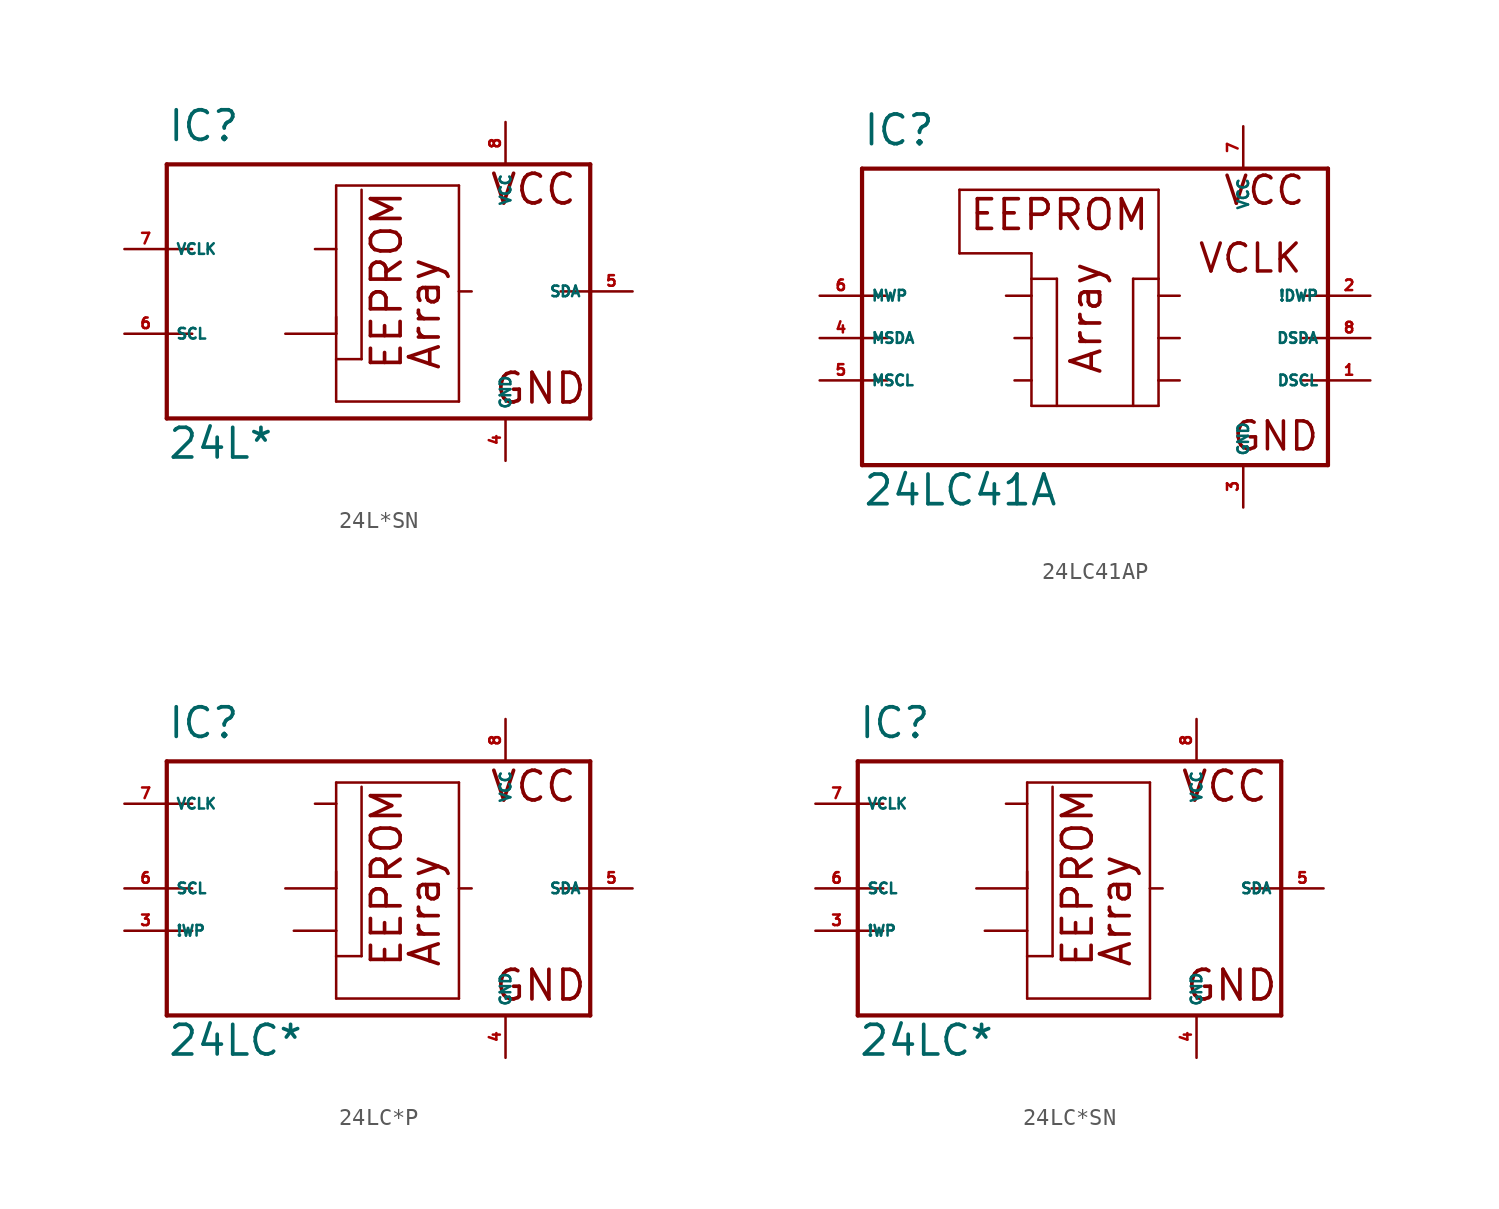
<source format=kicad_sym>
(kicad_symbol_lib
  (version 20220914)
  (generator Eagle2Kicad)
  (symbol "24L*SN"
    (property "Reference" "IC"
      (at -12.7 8.89 0)
      (effects (font (size 1.778 1.778) (thickness 0.22)) (justify left bottom)))
    (property "Value" "24L*"
      (at -12.7 -10.16 0)
      (effects (font (size 1.778 1.778) (thickness 0.22)) (justify left bottom)))
    (polyline
      (pts (xy -12.7 7.62) (xy 12.7 7.62))
      (stroke (width 0.254) (type default))
      (fill (type none)))
    (polyline
      (pts (xy 12.7 7.62) (xy 12.7 0))
      (stroke (width 0.254) (type default))
      (fill (type none)))
    (polyline
      (pts (xy 12.7 0) (xy 12.7 -7.62))
      (stroke (width 0.254) (type default))
      (fill (type none)))
    (polyline
      (pts (xy 12.7 -7.62) (xy -12.7 -7.62))
      (stroke (width 0.254) (type default))
      (fill (type none)))
    (polyline
      (pts (xy -12.7 -7.62) (xy -12.7 -2.54))
      (stroke (width 0.254) (type default))
      (fill (type none)))
    (polyline
      (pts (xy -12.7 -2.54) (xy -12.7 2.54))
      (stroke (width 0.254) (type default))
      (fill (type none)))
    (polyline
      (pts (xy -12.7 2.54) (xy -12.7 7.62))
      (stroke (width 0.254) (type default))
      (fill (type none)))
    (polyline
      (pts (xy -2.54 6.35) (xy 4.826 6.35))
      (stroke (width 0.152) (type default))
      (fill (type none)))
    (polyline
      (pts (xy 4.826 6.35) (xy 4.826 0))
      (stroke (width 0.152) (type default))
      (fill (type none)))
    (polyline
      (pts (xy 4.826 0) (xy 4.826 -6.604))
      (stroke (width 0.152) (type default))
      (fill (type none)))
    (polyline
      (pts (xy 4.826 -6.604) (xy -2.54 -6.604))
      (stroke (width 0.152) (type default))
      (fill (type none)))
    (polyline
      (pts (xy -2.54 -6.604) (xy -2.54 -4.064))
      (stroke (width 0.152) (type default))
      (fill (type none)))
    (polyline
      (pts (xy -2.54 -4.064) (xy -2.54 -2.54))
      (stroke (width 0.152) (type default))
      (fill (type none)))
    (polyline
      (pts (xy -2.54 -2.54) (xy -2.54 -1.524))
      (stroke (width 0.152) (type default))
      (fill (type none)))
    (polyline
      (pts (xy -2.54 -2.54) (xy -2.54 2.54))
      (stroke (width 0.152) (type default))
      (fill (type none)))
    (polyline
      (pts (xy -2.54 2.54) (xy -2.54 6.35))
      (stroke (width 0.152) (type default))
      (fill (type none)))
    (polyline
      (pts (xy -12.7 -2.54) (xy -11.176 -2.54))
      (stroke (width 0.152) (type default))
      (fill (type none)))
    (polyline
      (pts (xy 12.7 0) (xy 10.922 0))
      (stroke (width 0.152) (type default))
      (fill (type none)))
    (polyline
      (pts (xy 5.588 0) (xy 4.826 0))
      (stroke (width 0.152) (type default))
      (fill (type none)))
    (polyline
      (pts (xy -1.016 6.096) (xy -1.016 -4.064))
      (stroke (width 0.152) (type default))
      (fill (type none)))
    (polyline
      (pts (xy -2.54 -4.064) (xy -1.016 -4.064))
      (stroke (width 0.152) (type default))
      (fill (type none)))
    (polyline
      (pts (xy -5.588 -2.54) (xy -2.54 -2.54))
      (stroke (width 0.152) (type default))
      (fill (type none)))
    (polyline
      (pts (xy -3.81 2.54) (xy -2.54 2.54))
      (stroke (width 0.152) (type default))
      (fill (type none)))
    (polyline
      (pts (xy -12.7 2.54) (xy -11.176 2.54))
      (stroke (width 0.152) (type default))
      (fill (type none)))
    (text "Array"
      (at 3.81 -4.826 900)
      (effects (font (size 1.778 1.778) (thickness 0.22)) (justify left bottom)))
    (text "VCC"
      (at 6.604 5.08 0)
      (effects (font (size 1.778 1.778) (thickness 0.22)) (justify left bottom)))
    (text "GND"
      (at 6.858 -6.858 0)
      (effects (font (size 1.778 1.778) (thickness 0.22)) (justify left bottom)))
    (text "EEPROM"
      (at 1.524 -4.826 900)
      (effects (font (size 1.778 1.778) (thickness 0.22)) (justify left bottom)))
    (pin unspecified line
      (at 7.62 10.16 270)
      (length 2.54)
      (name "VCC" (effects (font (size 0.635 0.635) (thickness 0.08)) (justify left bottom)))
      (number "8" (effects (font (size 0.635 0.635) (thickness 0.08)) (justify left bottom))))
    (pin unspecified line
      (at 7.62 -10.16 90)
      (length 2.54)
      (name "GND" (effects (font (size 0.635 0.635) (thickness 0.08)) (justify left bottom)))
      (number "4" (effects (font (size 0.635 0.635) (thickness 0.08)) (justify left bottom))))
    (pin input line
      (at -15.24 -2.54 0)
      (length 2.54)
      (name "SCL" (effects (font (size 0.635 0.635) (thickness 0.08)) (justify left bottom)))
      (number "6" (effects (font (size 0.635 0.635) (thickness 0.08)) (justify left bottom))))
    (pin bidirectional line
      (at 15.24 0 180)
      (length 2.54)
      (name "SDA" (effects (font (size 0.635 0.635) (thickness 0.08)) (justify left bottom)))
      (number "5" (effects (font (size 0.635 0.635) (thickness 0.08)) (justify left bottom))))
    (pin input line
      (at -15.24 2.54 0)
      (length 2.54)
      (name "VCLK" (effects (font (size 0.635 0.635) (thickness 0.08)) (justify left bottom)))
      (number "7" (effects (font (size 0.635 0.635) (thickness 0.08)) (justify left bottom)))))
  (symbol "24LC41AP"
    (property "Reference" "IC"
      (at -12.7 11.43 0)
      (effects (font (size 1.778 1.778) (thickness 0.22)) (justify left bottom)))
    (property "Value" "24LC41A"
      (at -12.7 -10.16 0)
      (effects (font (size 1.778 1.778) (thickness 0.22)) (justify left bottom)))
    (polyline
      (pts (xy -12.7 10.16) (xy 15.24 10.16))
      (stroke (width 0.254) (type default))
      (fill (type none)))
    (polyline
      (pts (xy 15.24 10.16) (xy 15.24 2.54))
      (stroke (width 0.254) (type default))
      (fill (type none)))
    (polyline
      (pts (xy 15.24 2.54) (xy 15.24 0))
      (stroke (width 0.254) (type default))
      (fill (type none)))
    (polyline
      (pts (xy 15.24 0) (xy 15.24 -2.54))
      (stroke (width 0.254) (type default))
      (fill (type none)))
    (polyline
      (pts (xy 15.24 -2.54) (xy 15.24 -7.62))
      (stroke (width 0.254) (type default))
      (fill (type none)))
    (polyline
      (pts (xy 15.24 -7.62) (xy -12.7 -7.62))
      (stroke (width 0.254) (type default))
      (fill (type none)))
    (polyline
      (pts (xy -12.7 -7.62) (xy -12.7 -2.54))
      (stroke (width 0.254) (type default))
      (fill (type none)))
    (polyline
      (pts (xy -12.7 -2.54) (xy -12.7 0))
      (stroke (width 0.254) (type default))
      (fill (type none)))
    (polyline
      (pts (xy -12.7 0) (xy -12.7 2.54))
      (stroke (width 0.254) (type default))
      (fill (type none)))
    (polyline
      (pts (xy -12.7 2.54) (xy -12.7 10.16))
      (stroke (width 0.254) (type default))
      (fill (type none)))
    (polyline
      (pts (xy -6.858 8.89) (xy 5.08 8.89))
      (stroke (width 0.152) (type default))
      (fill (type none)))
    (polyline
      (pts (xy 5.08 8.89) (xy 5.08 3.556))
      (stroke (width 0.152) (type default))
      (fill (type none)))
    (polyline
      (pts (xy 5.08 3.556) (xy 5.08 2.54))
      (stroke (width 0.152) (type default))
      (fill (type none)))
    (polyline
      (pts (xy 5.08 2.54) (xy 5.08 0))
      (stroke (width 0.152) (type default))
      (fill (type none)))
    (polyline
      (pts (xy 5.08 0) (xy 5.08 -2.54))
      (stroke (width 0.152) (type default))
      (fill (type none)))
    (polyline
      (pts (xy 5.08 -2.54) (xy 5.08 -4.064))
      (stroke (width 0.152) (type default))
      (fill (type none)))
    (polyline
      (pts (xy 5.08 -4.064) (xy 3.556 -4.064))
      (stroke (width 0.152) (type default))
      (fill (type none)))
    (polyline
      (pts (xy 3.556 -4.064) (xy -1.016 -4.064))
      (stroke (width 0.152) (type default))
      (fill (type none)))
    (polyline
      (pts (xy -1.016 -4.064) (xy -2.54 -4.064))
      (stroke (width 0.152) (type default))
      (fill (type none)))
    (polyline
      (pts (xy -2.54 -4.064) (xy -2.54 -2.54))
      (stroke (width 0.152) (type default))
      (fill (type none)))
    (polyline
      (pts (xy -2.54 -2.54) (xy -2.54 0))
      (stroke (width 0.152) (type default))
      (fill (type none)))
    (polyline
      (pts (xy -2.54 0) (xy -2.54 2.54))
      (stroke (width 0.152) (type default))
      (fill (type none)))
    (polyline
      (pts (xy -2.54 2.54) (xy -2.54 3.556))
      (stroke (width 0.152) (type default))
      (fill (type none)))
    (polyline
      (pts (xy -2.54 3.556) (xy -2.54 5.08))
      (stroke (width 0.152) (type default))
      (fill (type none)))
    (polyline
      (pts (xy -2.54 5.08) (xy -6.858 5.08))
      (stroke (width 0.152) (type default))
      (fill (type none)))
    (polyline
      (pts (xy -6.858 5.08) (xy -6.858 8.89))
      (stroke (width 0.152) (type default))
      (fill (type none)))
    (polyline
      (pts (xy -4.064 2.54) (xy -2.54 2.54))
      (stroke (width 0.152) (type default))
      (fill (type none)))
    (polyline
      (pts (xy -3.556 0) (xy -2.54 0))
      (stroke (width 0.152) (type default))
      (fill (type none)))
    (polyline
      (pts (xy -3.556 -2.54) (xy -2.54 -2.54))
      (stroke (width 0.152) (type default))
      (fill (type none)))
    (polyline
      (pts (xy -12.7 2.54) (xy -11.176 2.54))
      (stroke (width 0.152) (type default))
      (fill (type none)))
    (polyline
      (pts (xy -12.7 0) (xy -11.176 0))
      (stroke (width 0.152) (type default))
      (fill (type none)))
    (polyline
      (pts (xy -12.7 -2.54) (xy -11.176 -2.54))
      (stroke (width 0.152) (type default))
      (fill (type none)))
    (polyline
      (pts (xy 15.24 -2.54) (xy 13.716 -2.54))
      (stroke (width 0.152) (type default))
      (fill (type none)))
    (polyline
      (pts (xy 6.35 -2.54) (xy 5.08 -2.54))
      (stroke (width 0.152) (type default))
      (fill (type none)))
    (polyline
      (pts (xy -2.54 3.556) (xy -1.016 3.556))
      (stroke (width 0.152) (type default))
      (fill (type none)))
    (polyline
      (pts (xy -1.016 3.556) (xy -1.016 -4.064))
      (stroke (width 0.152) (type default))
      (fill (type none)))
    (polyline
      (pts (xy 15.24 2.54) (xy 13.716 2.54))
      (stroke (width 0.152) (type default))
      (fill (type none)))
    (polyline
      (pts (xy 15.24 0) (xy 13.716 0))
      (stroke (width 0.152) (type default))
      (fill (type none)))
    (polyline
      (pts (xy 6.35 2.54) (xy 5.08 2.54))
      (stroke (width 0.152) (type default))
      (fill (type none)))
    (polyline
      (pts (xy 6.35 0) (xy 5.08 0))
      (stroke (width 0.152) (type default))
      (fill (type none)))
    (polyline
      (pts (xy 3.556 3.556) (xy 3.556 -4.064))
      (stroke (width 0.152) (type default))
      (fill (type none)))
    (polyline
      (pts (xy 5.08 3.556) (xy 3.556 3.556))
      (stroke (width 0.152) (type default))
      (fill (type none)))
    (text "Array"
      (at 1.778 -2.286 900)
      (effects (font (size 1.778 1.778) (thickness 0.22)) (justify left bottom)))
    (text "VCC"
      (at 8.89 7.874 0)
      (effects (font (size 1.676 1.676) (thickness 0.21)) (justify left bottom)))
    (text "GND"
      (at 9.398 -6.858 0)
      (effects (font (size 1.676 1.676) (thickness 0.21)) (justify left bottom)))
    (text "EEPROM"
      (at -6.35 6.35 0)
      (effects (font (size 1.778 1.778) (thickness 0.22)) (justify left bottom)))
    (text "VCLK"
      (at 7.366 3.81 0)
      (effects (font (size 1.676 1.676) (thickness 0.21)) (justify left bottom)))
    (pin unspecified line
      (at 10.16 12.7 270)
      (length 2.54)
      (name "VCC" (effects (font (size 0.635 0.635) (thickness 0.08)) (justify left bottom)))
      (number "7" (effects (font (size 0.635 0.635) (thickness 0.08)) (justify left bottom))))
    (pin unspecified line
      (at 10.16 -10.16 90)
      (length 2.54)
      (name "GND" (effects (font (size 0.635 0.635) (thickness 0.08)) (justify left bottom)))
      (number "3" (effects (font (size 0.635 0.635) (thickness 0.08)) (justify left bottom))))
    (pin input line
      (at 17.78 -2.54 180)
      (length 2.54)
      (name "DSCL" (effects (font (size 0.635 0.635) (thickness 0.08)) (justify left bottom)))
      (number "1" (effects (font (size 0.635 0.635) (thickness 0.08)) (justify left bottom))))
    (pin bidirectional line
      (at 17.78 0 180)
      (length 2.54)
      (name "DSDA" (effects (font (size 0.635 0.635) (thickness 0.08)) (justify left bottom)))
      (number "8" (effects (font (size 0.635 0.635) (thickness 0.08)) (justify left bottom))))
    (pin input line
      (at -15.24 2.54 0)
      (length 2.54)
      (name "MWP" (effects (font (size 0.635 0.635) (thickness 0.08)) (justify left bottom)))
      (number "6" (effects (font (size 0.635 0.635) (thickness 0.08)) (justify left bottom))))
    (pin bidirectional line
      (at -15.24 0 0)
      (length 2.54)
      (name "MSDA" (effects (font (size 0.635 0.635) (thickness 0.08)) (justify left bottom)))
      (number "4" (effects (font (size 0.635 0.635) (thickness 0.08)) (justify left bottom))))
    (pin input line
      (at 17.78 2.54 180)
      (length 2.54)
      (name "!DWP" (effects (font (size 0.635 0.635) (thickness 0.08)) (justify left bottom)))
      (number "2" (effects (font (size 0.635 0.635) (thickness 0.08)) (justify left bottom))))
    (pin input line
      (at -15.24 -2.54 0)
      (length 2.54)
      (name "MSCL" (effects (font (size 0.635 0.635) (thickness 0.08)) (justify left bottom)))
      (number "5" (effects (font (size 0.635 0.635) (thickness 0.08)) (justify left bottom)))))
  (symbol "24LC*P"
    (property "Reference" "IC"
      (at -12.7 8.89 0)
      (effects (font (size 1.778 1.778) (thickness 0.22)) (justify left bottom)))
    (property "Value" "24LC*"
      (at -12.7 -10.16 0)
      (effects (font (size 1.778 1.778) (thickness 0.22)) (justify left bottom)))
    (polyline
      (pts (xy -12.7 7.62) (xy 12.7 7.62))
      (stroke (width 0.254) (type default))
      (fill (type none)))
    (polyline
      (pts (xy 12.7 7.62) (xy 12.7 0))
      (stroke (width 0.254) (type default))
      (fill (type none)))
    (polyline
      (pts (xy 12.7 0) (xy 12.7 -7.62))
      (stroke (width 0.254) (type default))
      (fill (type none)))
    (polyline
      (pts (xy 12.7 -7.62) (xy -12.7 -7.62))
      (stroke (width 0.254) (type default))
      (fill (type none)))
    (polyline
      (pts (xy -12.7 -7.62) (xy -12.7 -2.54))
      (stroke (width 0.254) (type default))
      (fill (type none)))
    (polyline
      (pts (xy -12.7 -2.54) (xy -12.7 0))
      (stroke (width 0.254) (type default))
      (fill (type none)))
    (polyline
      (pts (xy -12.7 0) (xy -12.7 5.08))
      (stroke (width 0.254) (type default))
      (fill (type none)))
    (polyline
      (pts (xy -12.7 5.08) (xy -12.7 7.62))
      (stroke (width 0.254) (type default))
      (fill (type none)))
    (polyline
      (pts (xy -2.54 6.35) (xy 4.826 6.35))
      (stroke (width 0.152) (type default))
      (fill (type none)))
    (polyline
      (pts (xy 4.826 6.35) (xy 4.826 0))
      (stroke (width 0.152) (type default))
      (fill (type none)))
    (polyline
      (pts (xy 4.826 0) (xy 4.826 -6.604))
      (stroke (width 0.152) (type default))
      (fill (type none)))
    (polyline
      (pts (xy 4.826 -6.604) (xy -2.54 -6.604))
      (stroke (width 0.152) (type default))
      (fill (type none)))
    (polyline
      (pts (xy -2.54 0) (xy -2.54 1.016))
      (stroke (width 0.152) (type default))
      (fill (type none)))
    (polyline
      (pts (xy -2.54 -6.604) (xy -2.54 -4.064))
      (stroke (width 0.152) (type default))
      (fill (type none)))
    (polyline
      (pts (xy -2.54 -4.064) (xy -2.54 -2.54))
      (stroke (width 0.152) (type default))
      (fill (type none)))
    (polyline
      (pts (xy -2.54 -2.54) (xy -2.54 0))
      (stroke (width 0.152) (type default))
      (fill (type none)))
    (polyline
      (pts (xy -2.54 0) (xy -2.54 5.08))
      (stroke (width 0.152) (type default))
      (fill (type none)))
    (polyline
      (pts (xy -2.54 5.08) (xy -2.54 6.35))
      (stroke (width 0.152) (type default))
      (fill (type none)))
    (polyline
      (pts (xy -12.7 0) (xy -11.176 0))
      (stroke (width 0.152) (type default))
      (fill (type none)))
    (polyline
      (pts (xy 12.7 0) (xy 10.922 0))
      (stroke (width 0.152) (type default))
      (fill (type none)))
    (polyline
      (pts (xy 5.588 0) (xy 4.826 0))
      (stroke (width 0.152) (type default))
      (fill (type none)))
    (polyline
      (pts (xy -1.016 6.096) (xy -1.016 -4.064))
      (stroke (width 0.152) (type default))
      (fill (type none)))
    (polyline
      (pts (xy -12.7 -2.54) (xy -11.176 -2.54))
      (stroke (width 0.152) (type default))
      (fill (type none)))
    (polyline
      (pts (xy -5.08 -2.54) (xy -2.54 -2.54))
      (stroke (width 0.152) (type default))
      (fill (type none)))
    (polyline
      (pts (xy -2.54 -4.064) (xy -1.016 -4.064))
      (stroke (width 0.152) (type default))
      (fill (type none)))
    (polyline
      (pts (xy -5.588 0) (xy -2.54 0))
      (stroke (width 0.152) (type default))
      (fill (type none)))
    (polyline
      (pts (xy -3.81 5.08) (xy -2.54 5.08))
      (stroke (width 0.152) (type default))
      (fill (type none)))
    (polyline
      (pts (xy -12.7 5.08) (xy -11.176 5.08))
      (stroke (width 0.152) (type default))
      (fill (type none)))
    (text "Array"
      (at 3.81 -4.826 900)
      (effects (font (size 1.778 1.778) (thickness 0.22)) (justify left bottom)))
    (text "VCC"
      (at 6.604 5.08 0)
      (effects (font (size 1.778 1.778) (thickness 0.22)) (justify left bottom)))
    (text "GND"
      (at 6.858 -6.858 0)
      (effects (font (size 1.778 1.778) (thickness 0.22)) (justify left bottom)))
    (text "EEPROM"
      (at 1.524 -4.826 900)
      (effects (font (size 1.778 1.778) (thickness 0.22)) (justify left bottom)))
    (pin unspecified line
      (at 7.62 10.16 270)
      (length 2.54)
      (name "VCC" (effects (font (size 0.635 0.635) (thickness 0.08)) (justify left bottom)))
      (number "8" (effects (font (size 0.635 0.635) (thickness 0.08)) (justify left bottom))))
    (pin unspecified line
      (at 7.62 -10.16 90)
      (length 2.54)
      (name "GND" (effects (font (size 0.635 0.635) (thickness 0.08)) (justify left bottom)))
      (number "4" (effects (font (size 0.635 0.635) (thickness 0.08)) (justify left bottom))))
    (pin input line
      (at -15.24 0 0)
      (length 2.54)
      (name "SCL" (effects (font (size 0.635 0.635) (thickness 0.08)) (justify left bottom)))
      (number "6" (effects (font (size 0.635 0.635) (thickness 0.08)) (justify left bottom))))
    (pin bidirectional line
      (at 15.24 0 180)
      (length 2.54)
      (name "SDA" (effects (font (size 0.635 0.635) (thickness 0.08)) (justify left bottom)))
      (number "5" (effects (font (size 0.635 0.635) (thickness 0.08)) (justify left bottom))))
    (pin input line
      (at -15.24 5.08 0)
      (length 2.54)
      (name "VCLK" (effects (font (size 0.635 0.635) (thickness 0.08)) (justify left bottom)))
      (number "7" (effects (font (size 0.635 0.635) (thickness 0.08)) (justify left bottom))))
    (pin input line
      (at -15.24 -2.54 0)
      (length 2.54)
      (name "!WP" (effects (font (size 0.635 0.635) (thickness 0.08)) (justify left bottom)))
      (number "3" (effects (font (size 0.635 0.635) (thickness 0.08)) (justify left bottom)))))
  (symbol "24LC*SN"
    (property "Reference" "IC"
      (at -12.7 8.89 0)
      (effects (font (size 1.778 1.778) (thickness 0.22)) (justify left bottom)))
    (property "Value" "24LC*"
      (at -12.7 -10.16 0)
      (effects (font (size 1.778 1.778) (thickness 0.22)) (justify left bottom)))
    (polyline
      (pts (xy -12.7 7.62) (xy 12.7 7.62))
      (stroke (width 0.254) (type default))
      (fill (type none)))
    (polyline
      (pts (xy 12.7 7.62) (xy 12.7 0))
      (stroke (width 0.254) (type default))
      (fill (type none)))
    (polyline
      (pts (xy 12.7 0) (xy 12.7 -7.62))
      (stroke (width 0.254) (type default))
      (fill (type none)))
    (polyline
      (pts (xy 12.7 -7.62) (xy -12.7 -7.62))
      (stroke (width 0.254) (type default))
      (fill (type none)))
    (polyline
      (pts (xy -12.7 -7.62) (xy -12.7 -2.54))
      (stroke (width 0.254) (type default))
      (fill (type none)))
    (polyline
      (pts (xy -12.7 -2.54) (xy -12.7 0))
      (stroke (width 0.254) (type default))
      (fill (type none)))
    (polyline
      (pts (xy -12.7 0) (xy -12.7 5.08))
      (stroke (width 0.254) (type default))
      (fill (type none)))
    (polyline
      (pts (xy -12.7 5.08) (xy -12.7 7.62))
      (stroke (width 0.254) (type default))
      (fill (type none)))
    (polyline
      (pts (xy -2.54 6.35) (xy 4.826 6.35))
      (stroke (width 0.152) (type default))
      (fill (type none)))
    (polyline
      (pts (xy 4.826 6.35) (xy 4.826 0))
      (stroke (width 0.152) (type default))
      (fill (type none)))
    (polyline
      (pts (xy 4.826 0) (xy 4.826 -6.604))
      (stroke (width 0.152) (type default))
      (fill (type none)))
    (polyline
      (pts (xy 4.826 -6.604) (xy -2.54 -6.604))
      (stroke (width 0.152) (type default))
      (fill (type none)))
    (polyline
      (pts (xy -2.54 0) (xy -2.54 1.016))
      (stroke (width 0.152) (type default))
      (fill (type none)))
    (polyline
      (pts (xy -2.54 -6.604) (xy -2.54 -4.064))
      (stroke (width 0.152) (type default))
      (fill (type none)))
    (polyline
      (pts (xy -2.54 -4.064) (xy -2.54 -2.54))
      (stroke (width 0.152) (type default))
      (fill (type none)))
    (polyline
      (pts (xy -2.54 -2.54) (xy -2.54 0))
      (stroke (width 0.152) (type default))
      (fill (type none)))
    (polyline
      (pts (xy -2.54 0) (xy -2.54 5.08))
      (stroke (width 0.152) (type default))
      (fill (type none)))
    (polyline
      (pts (xy -2.54 5.08) (xy -2.54 6.35))
      (stroke (width 0.152) (type default))
      (fill (type none)))
    (polyline
      (pts (xy -12.7 0) (xy -11.176 0))
      (stroke (width 0.152) (type default))
      (fill (type none)))
    (polyline
      (pts (xy 12.7 0) (xy 10.922 0))
      (stroke (width 0.152) (type default))
      (fill (type none)))
    (polyline
      (pts (xy 5.588 0) (xy 4.826 0))
      (stroke (width 0.152) (type default))
      (fill (type none)))
    (polyline
      (pts (xy -1.016 6.096) (xy -1.016 -4.064))
      (stroke (width 0.152) (type default))
      (fill (type none)))
    (polyline
      (pts (xy -12.7 -2.54) (xy -11.176 -2.54))
      (stroke (width 0.152) (type default))
      (fill (type none)))
    (polyline
      (pts (xy -5.08 -2.54) (xy -2.54 -2.54))
      (stroke (width 0.152) (type default))
      (fill (type none)))
    (polyline
      (pts (xy -2.54 -4.064) (xy -1.016 -4.064))
      (stroke (width 0.152) (type default))
      (fill (type none)))
    (polyline
      (pts (xy -5.588 0) (xy -2.54 0))
      (stroke (width 0.152) (type default))
      (fill (type none)))
    (polyline
      (pts (xy -3.81 5.08) (xy -2.54 5.08))
      (stroke (width 0.152) (type default))
      (fill (type none)))
    (polyline
      (pts (xy -12.7 5.08) (xy -11.176 5.08))
      (stroke (width 0.152) (type default))
      (fill (type none)))
    (text "Array"
      (at 3.81 -4.826 900)
      (effects (font (size 1.778 1.778) (thickness 0.22)) (justify left bottom)))
    (text "VCC"
      (at 6.604 5.08 0)
      (effects (font (size 1.778 1.778) (thickness 0.22)) (justify left bottom)))
    (text "GND"
      (at 6.858 -6.858 0)
      (effects (font (size 1.778 1.778) (thickness 0.22)) (justify left bottom)))
    (text "EEPROM"
      (at 1.524 -4.826 900)
      (effects (font (size 1.778 1.778) (thickness 0.22)) (justify left bottom)))
    (pin unspecified line
      (at 7.62 10.16 270)
      (length 2.54)
      (name "VCC" (effects (font (size 0.635 0.635) (thickness 0.08)) (justify left bottom)))
      (number "8" (effects (font (size 0.635 0.635) (thickness 0.08)) (justify left bottom))))
    (pin unspecified line
      (at 7.62 -10.16 90)
      (length 2.54)
      (name "GND" (effects (font (size 0.635 0.635) (thickness 0.08)) (justify left bottom)))
      (number "4" (effects (font (size 0.635 0.635) (thickness 0.08)) (justify left bottom))))
    (pin input line
      (at -15.24 0 0)
      (length 2.54)
      (name "SCL" (effects (font (size 0.635 0.635) (thickness 0.08)) (justify left bottom)))
      (number "6" (effects (font (size 0.635 0.635) (thickness 0.08)) (justify left bottom))))
    (pin bidirectional line
      (at 15.24 0 180)
      (length 2.54)
      (name "SDA" (effects (font (size 0.635 0.635) (thickness 0.08)) (justify left bottom)))
      (number "5" (effects (font (size 0.635 0.635) (thickness 0.08)) (justify left bottom))))
    (pin input line
      (at -15.24 5.08 0)
      (length 2.54)
      (name "VCLK" (effects (font (size 0.635 0.635) (thickness 0.08)) (justify left bottom)))
      (number "7" (effects (font (size 0.635 0.635) (thickness 0.08)) (justify left bottom))))
    (pin input line
      (at -15.24 -2.54 0)
      (length 2.54)
      (name "!WP" (effects (font (size 0.635 0.635) (thickness 0.08)) (justify left bottom)))
      (number "3" (effects (font (size 0.635 0.635) (thickness 0.08)) (justify left bottom))))))
</source>
